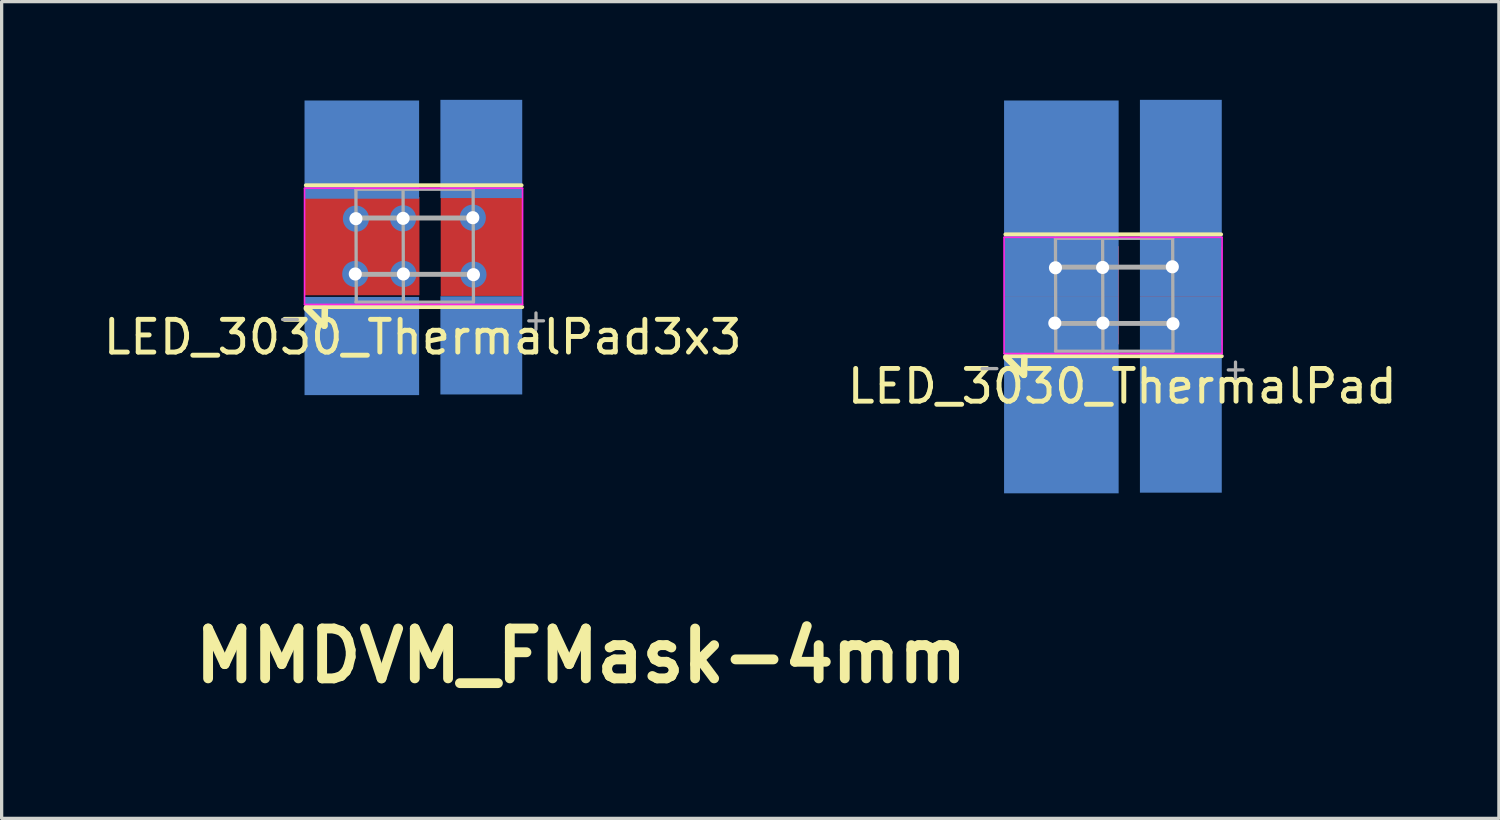
<source format=kicad_pcb>
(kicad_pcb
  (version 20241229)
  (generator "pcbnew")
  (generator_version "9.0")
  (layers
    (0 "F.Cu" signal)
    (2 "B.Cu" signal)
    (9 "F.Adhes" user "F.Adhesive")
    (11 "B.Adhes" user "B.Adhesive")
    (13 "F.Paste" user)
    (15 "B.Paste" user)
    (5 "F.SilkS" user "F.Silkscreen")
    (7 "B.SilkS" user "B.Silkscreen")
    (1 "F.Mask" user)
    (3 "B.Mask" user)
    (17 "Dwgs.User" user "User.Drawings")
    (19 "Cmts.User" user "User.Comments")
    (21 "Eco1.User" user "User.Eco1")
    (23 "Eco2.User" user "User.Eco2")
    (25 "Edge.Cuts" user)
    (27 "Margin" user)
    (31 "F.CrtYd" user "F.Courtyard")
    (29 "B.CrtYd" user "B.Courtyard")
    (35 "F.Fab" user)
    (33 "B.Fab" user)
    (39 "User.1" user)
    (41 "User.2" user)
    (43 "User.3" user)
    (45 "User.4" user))
  (footprint "LED_3030_ThermalPad3x3"
    (layer "F.Cu")
    (at 9.863 4.5)
    (property "Reference" "LED_3030_ThermalPad3x3" (at 0 2.75 0) (layer "F.SilkS") (effects (font (size 1 1) (thickness 0.15))))
    (attr smd)
    (fp_line (start -3.01 2.4) (end -3.54 1.87) (stroke (width 0.2) (type solid)) (layer "F.SilkS"))
    (fp_line (start -2.99 1.87) (end -3 2.4) (stroke (width 0.2) (type solid)) (layer "F.SilkS"))
    (fp_line (start 3.02 -1.89) (end -3.57 -1.89) (stroke (width 0.12) (type solid)) (layer "F.SilkS"))
    (fp_line (start 3.04 1.83) (end -3.57 1.83) (stroke (width 0.12) (type solid)) (layer "F.SilkS"))
    (fp_line (start -3.61 -1.8) (end 3.05 -1.8) (stroke (width 0.05) (type solid)) (layer "F.CrtYd"))
    (fp_line (start -3.61 1.75) (end -3.61 -1.8) (stroke (width 0.05) (type solid)) (layer "F.CrtYd"))
    (fp_line (start -3.61 1.75) (end 3.05 1.75) (stroke (width 0.05) (type solid)) (layer "F.CrtYd"))
    (fp_line (start 3.05 -1.8) (end 3.05 1.75) (stroke (width 0.05) (type solid)) (layer "F.CrtYd"))
    (fp_line (start -3.83 2.21) (end -4.28 2.21) (stroke (width 0.1) (type solid)) (layer "F.Fab"))
    (fp_line (start -2.04 -1.77) (end 1.54 -1.77) (stroke (width 0.1) (type solid)) (layer "F.Fab"))
    (fp_line (start -2.03 1.67) (end -2.04 -1.77) (stroke (width 0.1) (type solid)) (layer "F.Fab"))
    (fp_line (start -2.02 -0.89) (end 1.54 -0.89) (stroke (width 0.15) (type solid)) (layer "F.Fab"))
    (fp_line (start -2.02 0.83) (end 1.54 0.83) (stroke (width 0.15) (type solid)) (layer "F.Fab"))
    (fp_line (start -0.59 1.68) (end -0.6 -1.76) (stroke (width 0.1) (type solid)) (layer "F.Fab"))
    (fp_line (start 1.54 -1.76) (end 1.55 1.68) (stroke (width 0.1) (type solid)) (layer "F.Fab"))
    (fp_line (start 1.55 1.68) (end -2.04 1.68) (stroke (width 0.1) (type solid)) (layer "F.Fab"))
    (fp_line (start 3.46 2.51) (end 3.46 2.01) (stroke (width 0.1) (type solid)) (layer "F.Fab"))
    (fp_line (start 3.69 2.25) (end 3.24 2.25) (stroke (width 0.1) (type solid)) (layer "F.Fab"))
    (pad "1" thru_hole circle (at -2.06 0.82) (size 0.8 0.8) (drill 0.4) (layers "*.Cu" "*.Mask"))
    (pad "1" thru_hole circle (at -2.04 -0.87) (size 0.8 0.8) (drill 0.4) (layers "*.Cu" "*.Mask"))
    (pad "1" smd rect (at -1.86 -2.98) (size 3.5 3) (layers "B.Cu" "B.Mask" "B.Paste"))
    (pad "1" smd rect (at -1.86 3.02) (size 3.5 3) (layers "B.Cu" "B.Mask" "B.Paste"))
    (pad "1" smd rect (at -1.85 -0.03 180) (size 3.5 3) (layers "F.Cu" "F.Mask" "F.Paste"))
    (pad "1" thru_hole circle (at -0.6 -0.88) (size 0.8 0.8) (drill 0.4) (layers "*.Cu" "*.Mask"))
    (pad "1" thru_hole circle (at -0.59 0.82) (size 0.8 0.8) (drill 0.4) (layers "*.Cu" "*.Mask"))
    (pad "2" thru_hole circle (at 1.53 -0.9) (size 0.8 0.8) (drill 0.4) (layers "*.Cu" "*.Mask"))
    (pad "2" thru_hole circle (at 1.55 0.84) (size 0.8 0.8) (drill 0.4) (layers "*.Cu" "*.Mask"))
    (pad "2" smd rect (at 1.79 -3) (size 2.5 3) (layers "B.Cu" "B.Mask" "B.Paste"))
    (pad "2" smd rect (at 1.79 3) (size 2.5 3) (layers "B.Cu" "B.Mask" "B.Paste"))
    (pad "2" smd rect (at 1.8 -0.01 180) (size 2.5 3) (layers "F.Cu" "F.Mask" "F.Paste")))
  (footprint "LED_3030_ThermalPad"
    (layer "F.Cu")
    (at 31.232 6)
    (property "Reference" "LED_3030_ThermalPad" (at 0 2.75 0) (layer "F.SilkS") (effects (font (size 1 1) (thickness 0.15))))
    (attr smd)
    (fp_line (start -3.01 2.4) (end -3.54 1.87) (stroke (width 0.2) (type solid)) (layer "F.SilkS"))
    (fp_line (start -2.99 1.87) (end -3 2.4) (stroke (width 0.2) (type solid)) (layer "F.SilkS"))
    (fp_line (start 3.02 -1.89) (end -3.57 -1.89) (stroke (width 0.12) (type solid)) (layer "F.SilkS"))
    (fp_line (start 3.04 1.83) (end -3.57 1.83) (stroke (width 0.12) (type solid)) (layer "F.SilkS"))
    (fp_line (start -3.61 -1.8) (end 3.05 -1.8) (stroke (width 0.05) (type solid)) (layer "F.CrtYd"))
    (fp_line (start -3.61 1.75) (end -3.61 -1.8) (stroke (width 0.05) (type solid)) (layer "F.CrtYd"))
    (fp_line (start -3.61 1.75) (end 3.05 1.75) (stroke (width 0.05) (type solid)) (layer "F.CrtYd"))
    (fp_line (start 3.05 -1.8) (end 3.05 1.75) (stroke (width 0.05) (type solid)) (layer "F.CrtYd"))
    (fp_line (start -3.83 2.21) (end -4.28 2.21) (stroke (width 0.1) (type solid)) (layer "F.Fab"))
    (fp_line (start -2.04 -1.77) (end 1.54 -1.77) (stroke (width 0.1) (type solid)) (layer "F.Fab"))
    (fp_line (start -2.03 1.67) (end -2.04 -1.77) (stroke (width 0.1) (type solid)) (layer "F.Fab"))
    (fp_line (start -2.02 -0.89) (end 1.54 -0.89) (stroke (width 0.15) (type solid)) (layer "F.Fab"))
    (fp_line (start -2.02 0.83) (end 1.54 0.83) (stroke (width 0.15) (type solid)) (layer "F.Fab"))
    (fp_line (start -0.59 1.68) (end -0.6 -1.76) (stroke (width 0.1) (type solid)) (layer "F.Fab"))
    (fp_line (start 1.54 -1.76) (end 1.55 1.68) (stroke (width 0.1) (type solid)) (layer "F.Fab"))
    (fp_line (start 1.55 1.68) (end -2.04 1.68) (stroke (width 0.1) (type solid)) (layer "F.Fab"))
    (fp_line (start 3.46 2.51) (end 3.46 2.01) (stroke (width 0.1) (type solid)) (layer "F.Fab"))
    (fp_line (start 3.69 2.25) (end 3.24 2.25) (stroke (width 0.1) (type solid)) (layer "F.Fab"))
    (pad "1" thru_hole circle (at -2.06 0.82) (size 0.8 0.8) (drill 0.4) (layers "*.Cu" "*.Mask"))
    (pad "1" thru_hole circle (at -2.04 -0.87) (size 0.8 0.8) (drill 0.4) (layers "*.Cu" "*.Mask"))
    (pad "1" smd rect (at -1.86 -2.98) (size 3.5 6) (layers "B.Cu" "B.Mask" "B.Paste"))
    (pad "1" smd rect (at -1.86 3.02) (size 3.5 6) (layers "B.Cu" "B.Mask" "B.Paste"))
    (pad "1" smd rect (at -1.85 -0.03 180) (size 3.5 3) (layers "F.Cu" "F.Mask" "F.Paste"))
    (pad "1" thru_hole circle (at -0.6 -0.88) (size 0.8 0.8) (drill 0.4) (layers "*.Cu" "*.Mask"))
    (pad "1" thru_hole circle (at -0.59 0.82) (size 0.8 0.8) (drill 0.4) (layers "*.Cu" "*.Mask"))
    (pad "2" thru_hole circle (at 1.53 -0.9) (size 0.8 0.8) (drill 0.4) (layers "*.Cu" "*.Mask"))
    (pad "2" thru_hole circle (at 1.55 0.84) (size 0.8 0.8) (drill 0.4) (layers "*.Cu" "*.Mask"))
    (pad "2" smd rect (at 1.79 -3) (size 2.5 6) (layers "B.Cu" "B.Mask" "B.Paste"))
    (pad "2" smd rect (at 1.79 3) (size 2.5 6) (layers "B.Cu" "B.Mask" "B.Paste"))
    (pad "2" smd rect (at 1.8 -0.01 180) (size 2.5 3) (layers "F.Cu" "F.Mask" "F.Paste")))
  (footprint "MMDVM_FMask-4mm"
    (layer "F.Cu")
    (at 14.701 16.984)
    (property "Reference" "MMDVM_FMask-4mm" (at 0 0 0) (layer "F.SilkS") (effects (font (size 1.524 1.524) (thickness 0.3))))
    (attr through_hole)
    (fp_poly (pts (xy 2.165 -0.816) (xy 2.41 -0.815) (xy 2.598 -0.813) (xy 2.74 -0.809) (xy 2.842 -0.803) (xy 2.914 -0.793) (xy 2.965 -0.78) (xy 3.002 -0.763) (xy 3.034 -0.742) (xy 3.036 -0.74) (xy 3.111 -0.664) (xy 3.165 -0.558) (xy 3.2 -0.411) (xy 3.22 -0.213) (xy 3.227 0.026) (xy 3.222 0.274) (xy 3.203 0.461) (xy 3.164 0.598) (xy 3.104 0.696) (xy 3.018 0.766) (xy 2.982 0.785) (xy 2.934 0.805) (xy 2.875 0.821) (xy 2.795 0.833) (xy 2.686 0.842) (xy 2.539 0.85) (xy 2.344 0.856) (xy 2.093 0.861) (xy 1.825 0.864) (xy 0.802 0.878) (xy 0.781 0.793) (xy 0.775 0.732) (xy 0.771 0.611) (xy 0.768 0.441) (xy 0.768 0.236) (xy 0.769 0.007) (xy 0.77 -0.054) (xy 0.78 -0.816) (xy 1.857 -0.816) (xy 2.165 -0.816)) (stroke (width 0.01) (type solid)) (fill yes) (layer "F.Mask"))
    (fp_poly (pts (xy 14.696 1.959) (xy -14.696 1.959) (xy -14.696 1.679) (xy -13.497 1.679) (xy -13.463 1.689) (xy -13.37 1.695) (xy -13.231 1.699) (xy -13.058 1.698) (xy -12.999 1.697) (xy -12.5 1.687) (xy -11.881 0.459) (xy -11.741 0.184) (xy -11.611 -0.07) (xy -11.493 -0.296) (xy -11.393 -0.486) (xy -11.313 -0.634) (xy -11.257 -0.732) (xy -11.229 -0.773) (xy -11.228 -0.774) (xy -11.205 -0.744) (xy -11.153 -0.656) (xy -11.076 -0.517) (xy -10.978 -0.334) (xy -10.863 -0.114) (xy -10.734 0.136) (xy -10.595 0.409) (xy -10.567 0.463) (xy -9.94 1.705) (xy -9.515 1.705) (xy -9.09 1.705) (xy -8.455 0.444) (xy -8.288 0.115) (xy -8.15 -0.154) (xy -8.038 -0.369) (xy -7.949 -0.535) (xy -7.88 -0.657) (xy -7.827 -0.74) (xy -7.787 -0.791) (xy -7.759 -0.814) (xy -7.747 -0.816) (xy -7.728 -0.815) (xy -7.712 -0.804) (xy -7.7 -0.778) (xy -7.691 -0.729) (xy -7.684 -0.65) (xy -7.679 -0.534) (xy -7.677 -0.373) (xy -7.675 -0.161) (xy -7.675 0.109) (xy -7.674 0.435) (xy -7.674 1.687) (xy -7.176 1.697) (xy -6.677 1.707) (xy -6.677 -1.669) (xy -6.314 -1.669) (xy -6.314 -0.006) (xy -6.313 0.335) (xy -6.312 0.653) (xy -6.309 0.941) (xy -6.306 1.193) (xy -6.303 1.4) (xy -6.298 1.555) (xy -6.294 1.651) (xy -6.29 1.681) (xy -6.246 1.69) (xy -6.144 1.698) (xy -5.999 1.703) (xy -5.823 1.705) (xy -5.782 1.705) (xy -5.299 1.705) (xy -5.289 0.445) (xy -5.286 0.109) (xy -5.284 -0.161) (xy -5.281 -0.373) (xy -5.277 -0.533) (xy -5.271 -0.649) (xy -5.264 -0.728) (xy -5.254 -0.778) (xy -5.242 -0.804) (xy -5.226 -0.814) (xy -5.207 -0.816) (xy -5.183 -0.806) (xy -5.149 -0.77) (xy -5.104 -0.704) (xy -5.043 -0.603) (xy -4.964 -0.461) (xy -4.865 -0.272) (xy -4.741 -0.031) (xy -4.589 0.266) (xy -4.499 0.444) (xy -3.864 1.705) (xy -3.438 1.705) (xy -3.012 1.705) (xy -2.386 0.453) (xy -2.219 0.12) (xy -2.08 -0.153) (xy -1.966 -0.371) (xy -1.874 -0.54) (xy -1.8 -0.664) (xy -1.742 -0.75) (xy -1.695 -0.803) (xy -1.657 -0.827) (xy -1.624 -0.829) (xy -1.601 -0.819) (xy -1.594 -0.779) (xy -1.588 -0.673) (xy -1.584 -0.51) (xy -1.582 -0.296) (xy -1.583 -0.038) (xy -1.585 0.256) (xy -1.588 0.453) (xy -1.607 1.705) (xy -0.581 1.705) (xy 7.333 1.705) (xy 8.328 1.704) (xy 8.962 0.453) (xy 9.103 0.175) (xy 9.234 -0.081) (xy 9.352 -0.309) (xy 9.453 -0.501) (xy 9.533 -0.651) (xy 9.588 -0.752) (xy 9.615 -0.797) (xy 9.617 -0.798) (xy 9.637 -0.767) (xy 9.686 -0.678) (xy 9.761 -0.538) (xy 9.857 -0.354) (xy 9.971 -0.133) (xy 10.1 0.117) (xy 10.239 0.391) (xy 10.27 0.453) (xy 10.904 1.704) (xy 11.328 1.705) (xy 11.751 1.705) (xy 12.38 0.454) (xy 12.521 0.175) (xy 12.654 -0.083) (xy 12.774 -0.313) (xy 12.878 -0.509) (xy 12.962 -0.662) (xy 13.022 -0.766) (xy 13.054 -0.814) (xy 13.057 -0.816) (xy 13.122 -0.821) (xy 13.139 -0.814) (xy 13.147 -0.774) (xy 13.154 -0.669) (xy 13.16 -0.506) (xy 13.166 -0.294) (xy 13.169 -0.039) (xy 13.171 0.251) (xy 13.172 0.457) (xy 13.172 1.707) (xy 13.671 1.697) (xy 14.17 1.687) (xy 14.17 -1.651) (xy 13.244 -1.66) (xy 12.319 -1.668) (xy 11.832 -0.598) (xy 11.714 -0.34) (xy 11.604 -0.104) (xy 11.508 0.102) (xy 11.428 0.27) (xy 11.368 0.392) (xy 11.332 0.46) (xy 11.323 0.472) (xy 11.304 0.44) (xy 11.259 0.352) (xy 11.194 0.218) (xy 11.111 0.046) (xy 11.017 -0.153) (xy 10.915 -0.37) (xy 10.81 -0.596) (xy 10.706 -0.82) (xy 10.608 -1.033) (xy 10.521 -1.225) (xy 10.449 -1.387) (xy 10.395 -1.509) (xy 10.366 -1.581) (xy 10.365 -1.583) (xy 10.335 -1.671) (xy 9.649 -1.661) (xy 8.963 -1.651) (xy 8.198 -0.091) (xy 8.043 0.226) (xy 7.896 0.526) (xy 7.761 0.803) (xy 7.642 1.049) (xy 7.541 1.257) (xy 7.462 1.421) (xy 7.408 1.534) (xy 7.383 1.587) (xy 7.333 1.705) (xy -0.581 1.705) (xy -0.581 -0.721) (xy -0.193 -0.721) (xy -0.192 -0.422) (xy -0.191 -0.098) (xy -0.19 0.1) (xy -0.18 1.669) (xy 1.498 1.668) (xy 1.937 1.667) (xy 2.309 1.665) (xy 2.619 1.661) (xy 2.871 1.656) (xy 3.071 1.649) (xy 3.223 1.64) (xy 3.332 1.629) (xy 3.393 1.619) (xy 3.604 1.561) (xy 3.765 1.486) (xy 3.895 1.381) (xy 3.953 1.316) (xy 4.023 1.222) (xy 4.078 1.121) (xy 4.12 1.004) (xy 4.152 0.859) (xy 4.175 0.676) (xy 4.191 0.445) (xy 4.203 0.154) (xy 4.205 0.078) (xy 4.227 -0.659) (xy 5.387 1.669) (xy 6.955 1.669) (xy 7.322 0.916) (xy 7.551 0.445) (xy 7.75 0.035) (xy 7.921 -0.318) (xy 8.066 -0.618) (xy 8.187 -0.87) (xy 8.285 -1.077) (xy 8.363 -1.244) (xy 8.422 -1.374) (xy 8.465 -1.472) (xy 8.493 -1.542) (xy 8.508 -1.588) (xy 8.513 -1.614) (xy 8.512 -1.621) (xy 8.485 -1.642) (xy 8.418 -1.656) (xy 8.301 -1.665) (xy 8.125 -1.668) (xy 8.029 -1.669) (xy 7.85 -1.666) (xy 7.696 -1.66) (xy 7.582 -1.652) (xy 7.523 -1.641) (xy 7.521 -1.64) (xy 7.496 -1.602) (xy 7.444 -1.508) (xy 7.37 -1.366) (xy 7.277 -1.185) (xy 7.17 -0.974) (xy 7.054 -0.742) (xy 6.932 -0.497) (xy 6.81 -0.249) (xy 6.691 -0.005) (xy 6.581 0.224) (xy 6.483 0.431) (xy 6.402 0.606) (xy 6.393 0.626) (xy 6.333 0.752) (xy 6.288 0.826) (xy 6.245 0.86) (xy 6.19 0.871) (xy 6.17 0.871) (xy 6.136 0.869) (xy 6.106 0.86) (xy 6.074 0.835) (xy 6.038 0.789) (xy 5.991 0.714) (xy 5.931 0.602) (xy 5.852 0.448) (xy 5.751 0.243) (xy 5.623 -0.019) (xy 5.601 -0.064) (xy 5.473 -0.325) (xy 5.348 -0.583) (xy 5.23 -0.826) (xy 5.126 -1.041) (xy 5.042 -1.216) (xy 4.986 -1.335) (xy 4.827 -1.672) (xy 4.297 -1.667) (xy 3.768 -1.662) (xy 3.789 -1.575) (xy 3.796 -1.514) (xy 3.769 -1.492) (xy 3.696 -1.507) (xy 3.601 -1.544) (xy 3.502 -1.574) (xy 3.357 -1.599) (xy 3.162 -1.62) (xy 2.913 -1.637) (xy 2.608 -1.65) (xy 2.241 -1.66) (xy 1.81 -1.666) (xy 1.311 -1.668) (xy 1.211 -1.668) (xy -0.173 -1.669) (xy -0.186 -1.569) (xy -0.189 -1.513) (xy -0.191 -1.392) (xy -0.192 -1.214) (xy -0.193 -0.988) (xy -0.193 -0.721) (xy -0.581 -0.721) (xy -0.581 -1.67) (xy -1.51 -1.661) (xy -2.44 -1.651) (xy -2.924 -0.599) (xy -3.043 -0.343) (xy -3.153 -0.108) (xy -3.25 0.096) (xy -3.331 0.263) (xy -3.392 0.384) (xy -3.428 0.451) (xy -3.437 0.462) (xy -3.458 0.432) (xy -3.506 0.344) (xy -3.575 0.205) (xy -3.663 0.023) (xy -3.766 -0.194) (xy -3.88 -0.439) (xy -3.954 -0.599) (xy -4.442 -1.669) (xy -6.314 -1.669) (xy -6.677 -1.669) (xy -8.515 -1.669) (xy -8.726 -1.206) (xy -8.823 -0.996) (xy -8.927 -0.768) (xy -9.027 -0.551) (xy -9.106 -0.381) (xy -9.189 -0.2) (xy -9.274 -0.013) (xy -9.349 0.153) (xy -9.381 0.226) (xy -9.437 0.344) (xy -9.485 0.431) (xy -9.516 0.47) (xy -9.518 0.471) (xy -9.545 0.44) (xy -9.592 0.359) (xy -9.648 0.242) (xy -9.663 0.209) (xy -9.712 0.1) (xy -9.785 -0.062) (xy -9.877 -0.263) (xy -9.981 -0.49) (xy -10.09 -0.73) (xy -10.147 -0.852) (xy -10.515 -1.651) (xy -11.881 -1.651) (xy -12.688 0) (xy -12.845 0.322) (xy -12.993 0.625) (xy -13.127 0.901) (xy -13.245 1.146) (xy -13.344 1.352) (xy -13.421 1.513) (xy -13.472 1.623) (xy -13.496 1.676) (xy -13.497 1.679) (xy -14.696 1.679) (xy -14.696 -1.959) (xy 14.696 -1.959) (xy 14.696 1.959)) (stroke (width 0.01) (type solid)) (fill yes) (layer "F.Mask")))
  (gr_rect
    (start -3 -3)
    (end 42.738 21.949)
    (stroke (width 0.1) (type default))
    (fill no)
    (layer "Edge.Cuts")))
</source>
